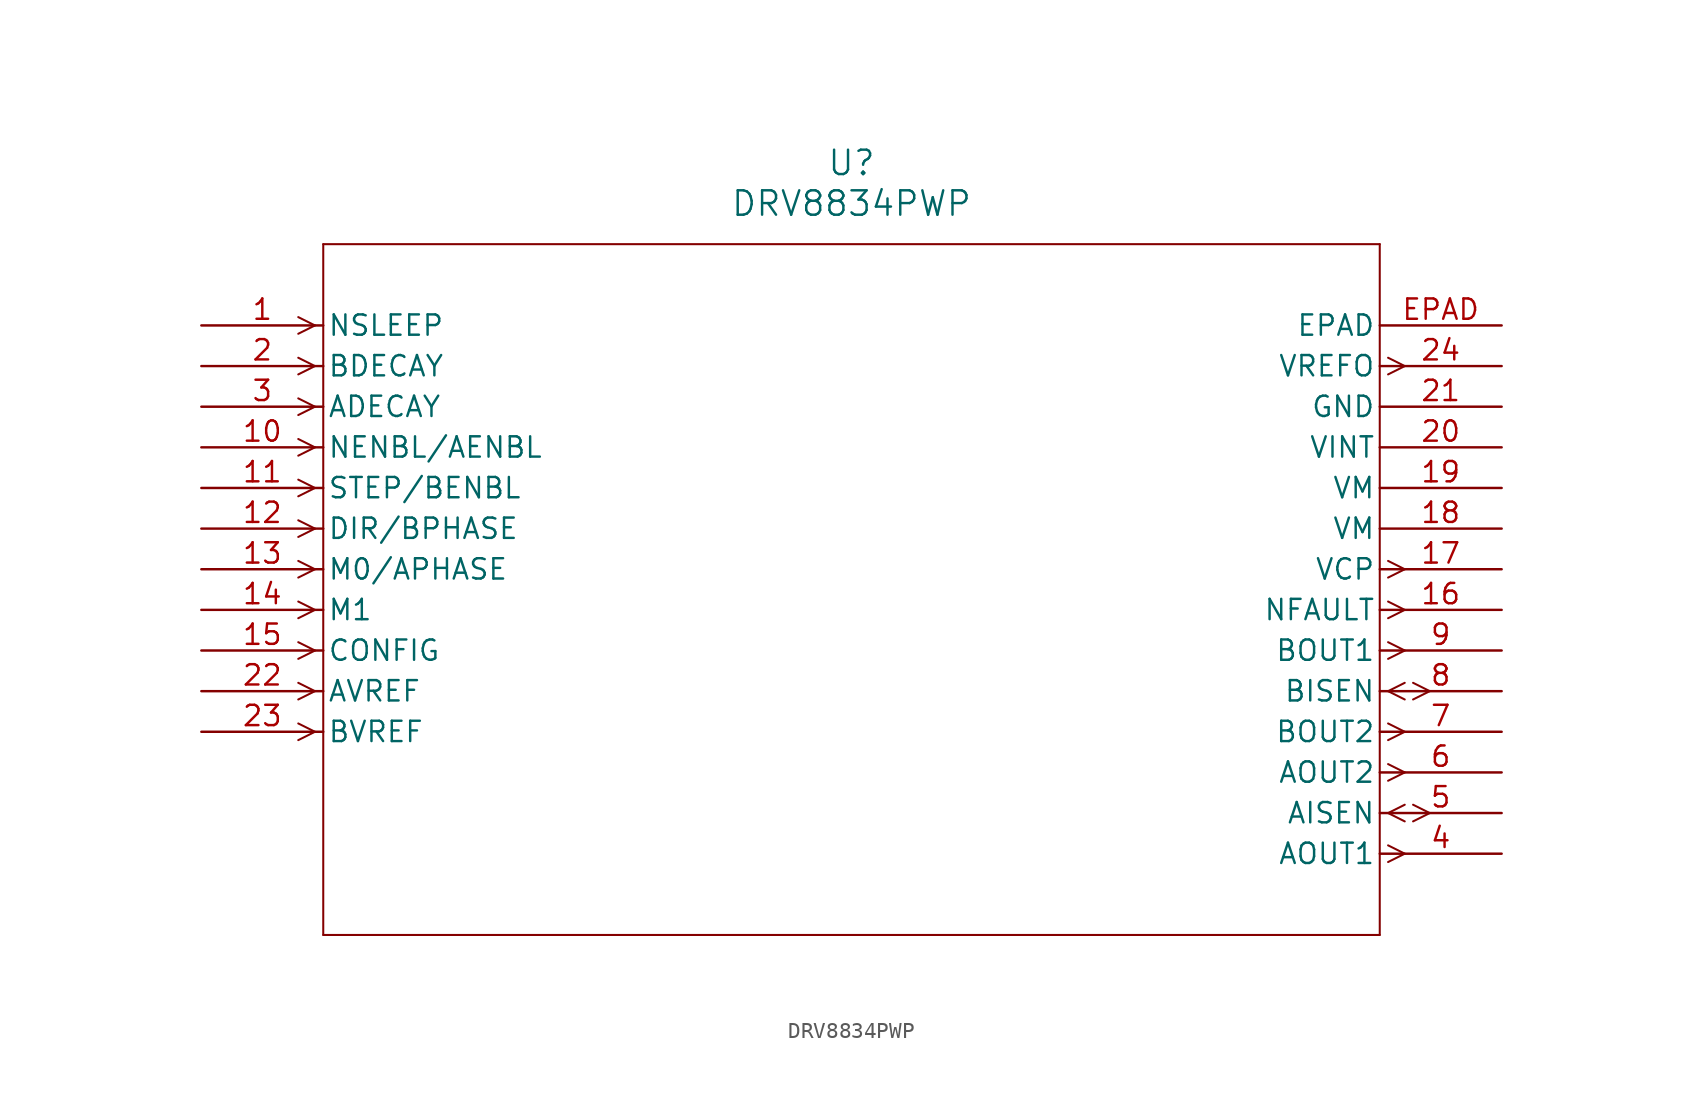
<source format=kicad_sym>
(kicad_symbol_lib
  (version 20211014)
  (generator kicad_symbol_editor)
  (symbol "DRV8834PWP"
    (pin_names
      (offset 0.254))
    (property "Reference" "U"
      (at 40.64 10.16 0)
      (effects (font (size 1.524 1.524))))
    (property "Value" "DRV8834PWP"
      (at 40.64 7.62 0)
      (effects (font (size 1.524 1.524))))
    (symbol "DRV8834PWP_0_1"
      (polyline (pts (xy 7.099 0) (xy 6.058 0.521)) (stroke (width 0.127) (type default) (color 0 0 0 0)) (fill (type none)))
      (polyline (pts (xy 7.099 0) (xy 6.058 -0.521)) (stroke (width 0.127) (type default) (color 0 0 0 0)) (fill (type none)))
      (polyline (pts (xy 7.099 -2.54) (xy 6.058 -2.019)) (stroke (width 0.127) (type default) (color 0 0 0 0)) (fill (type none)))
      (polyline (pts (xy 7.099 -2.54) (xy 6.058 -3.061)) (stroke (width 0.127) (type default) (color 0 0 0 0)) (fill (type none)))
      (polyline (pts (xy 7.099 -5.08) (xy 6.058 -4.559)) (stroke (width 0.127) (type default) (color 0 0 0 0)) (fill (type none)))
      (polyline (pts (xy 7.099 -5.08) (xy 6.058 -5.601)) (stroke (width 0.127) (type default) (color 0 0 0 0)) (fill (type none)))
      (polyline (pts (xy 7.099 -7.62) (xy 6.058 -7.099)) (stroke (width 0.127) (type default) (color 0 0 0 0)) (fill (type none)))
      (polyline (pts (xy 7.099 -7.62) (xy 6.058 -8.141)) (stroke (width 0.127) (type default) (color 0 0 0 0)) (fill (type none)))
      (polyline (pts (xy 7.099 -10.16) (xy 6.058 -9.639)) (stroke (width 0.127) (type default) (color 0 0 0 0)) (fill (type none)))
      (polyline (pts (xy 7.099 -10.16) (xy 6.058 -10.681)) (stroke (width 0.127) (type default) (color 0 0 0 0)) (fill (type none)))
      (polyline (pts (xy 7.099 -12.7) (xy 6.058 -12.179)) (stroke (width 0.127) (type default) (color 0 0 0 0)) (fill (type none)))
      (polyline (pts (xy 7.099 -12.7) (xy 6.058 -13.221)) (stroke (width 0.127) (type default) (color 0 0 0 0)) (fill (type none)))
      (polyline (pts (xy 7.099 -15.24) (xy 6.058 -14.719)) (stroke (width 0.127) (type default) (color 0 0 0 0)) (fill (type none)))
      (polyline (pts (xy 7.099 -15.24) (xy 6.058 -15.761)) (stroke (width 0.127) (type default) (color 0 0 0 0)) (fill (type none)))
      (polyline (pts (xy 7.099 -17.78) (xy 6.058 -17.259)) (stroke (width 0.127) (type default) (color 0 0 0 0)) (fill (type none)))
      (polyline (pts (xy 7.099 -17.78) (xy 6.058 -18.301)) (stroke (width 0.127) (type default) (color 0 0 0 0)) (fill (type none)))
      (polyline (pts (xy 7.099 -20.32) (xy 6.058 -19.799)) (stroke (width 0.127) (type default) (color 0 0 0 0)) (fill (type none)))
      (polyline (pts (xy 7.099 -20.32) (xy 6.058 -20.841)) (stroke (width 0.127) (type default) (color 0 0 0 0)) (fill (type none)))
      (polyline (pts (xy 7.099 -22.86) (xy 6.058 -22.339)) (stroke (width 0.127) (type default) (color 0 0 0 0)) (fill (type none)))
      (polyline (pts (xy 7.099 -22.86) (xy 6.058 -23.381)) (stroke (width 0.127) (type default) (color 0 0 0 0)) (fill (type none)))
      (polyline (pts (xy 7.099 -25.4) (xy 6.058 -24.879)) (stroke (width 0.127) (type default) (color 0 0 0 0)) (fill (type none)))
      (polyline (pts (xy 7.099 -25.4) (xy 6.058 -25.921)) (stroke (width 0.127) (type default) (color 0 0 0 0)) (fill (type none)))
      (polyline (pts (xy 74.181 -32.499) (xy 75.222 -33.02)) (stroke (width 0.127) (type default) (color 0 0 0 0)) (fill (type none)))
      (polyline (pts (xy 74.181 -33.541) (xy 75.222 -33.02)) (stroke (width 0.127) (type default) (color 0 0 0 0)) (fill (type none)))
      (polyline (pts (xy 74.181 -30.48) (xy 75.222 -29.959)) (stroke (width 0.127) (type default) (color 0 0 0 0)) (fill (type none)))
      (polyline (pts (xy 74.181 -30.48) (xy 75.222 -31.001)) (stroke (width 0.127) (type default) (color 0 0 0 0)) (fill (type none)))
      (polyline (pts (xy 75.743 -29.959) (xy 76.784 -30.48)) (stroke (width 0.127) (type default) (color 0 0 0 0)) (fill (type none)))
      (polyline (pts (xy 75.743 -31.001) (xy 76.784 -30.48)) (stroke (width 0.127) (type default) (color 0 0 0 0)) (fill (type none)))
      (polyline (pts (xy 74.181 -27.419) (xy 75.222 -27.94)) (stroke (width 0.127) (type default) (color 0 0 0 0)) (fill (type none)))
      (polyline (pts (xy 74.181 -28.461) (xy 75.222 -27.94)) (stroke (width 0.127) (type default) (color 0 0 0 0)) (fill (type none)))
      (polyline (pts (xy 74.181 -24.879) (xy 75.222 -25.4)) (stroke (width 0.127) (type default) (color 0 0 0 0)) (fill (type none)))
      (polyline (pts (xy 74.181 -25.921) (xy 75.222 -25.4)) (stroke (width 0.127) (type default) (color 0 0 0 0)) (fill (type none)))
      (polyline (pts (xy 74.181 -22.86) (xy 75.222 -22.339)) (stroke (width 0.127) (type default) (color 0 0 0 0)) (fill (type none)))
      (polyline (pts (xy 74.181 -22.86) (xy 75.222 -23.381)) (stroke (width 0.127) (type default) (color 0 0 0 0)) (fill (type none)))
      (polyline (pts (xy 75.743 -22.339) (xy 76.784 -22.86)) (stroke (width 0.127) (type default) (color 0 0 0 0)) (fill (type none)))
      (polyline (pts (xy 75.743 -23.381) (xy 76.784 -22.86)) (stroke (width 0.127) (type default) (color 0 0 0 0)) (fill (type none)))
      (polyline (pts (xy 74.181 -19.799) (xy 75.222 -20.32)) (stroke (width 0.127) (type default) (color 0 0 0 0)) (fill (type none)))
      (polyline (pts (xy 74.181 -20.841) (xy 75.222 -20.32)) (stroke (width 0.127) (type default) (color 0 0 0 0)) (fill (type none)))
      (polyline (pts (xy 74.181 -17.259) (xy 75.222 -17.78)) (stroke (width 0.127) (type default) (color 0 0 0 0)) (fill (type none)))
      (polyline (pts (xy 74.181 -18.301) (xy 75.222 -17.78)) (stroke (width 0.127) (type default) (color 0 0 0 0)) (fill (type none)))
      (polyline (pts (xy 74.181 -14.719) (xy 75.222 -15.24)) (stroke (width 0.127) (type default) (color 0 0 0 0)) (fill (type none)))
      (polyline (pts (xy 74.181 -15.761) (xy 75.222 -15.24)) (stroke (width 0.127) (type default) (color 0 0 0 0)) (fill (type none)))
      (polyline (pts (xy 74.181 -2.019) (xy 75.222 -2.54)) (stroke (width 0.127) (type default) (color 0 0 0 0)) (fill (type none)))
      (polyline (pts (xy 74.181 -3.061) (xy 75.222 -2.54)) (stroke (width 0.127) (type default) (color 0 0 0 0)) (fill (type none)))
      (polyline (pts (xy 7.62 5.08) (xy 7.62 -38.1)) (stroke (width 0.127) (type default) (color 0 0 0 0)) (fill (type none)))
      (polyline (pts (xy 7.62 -38.1) (xy 73.66 -38.1)) (stroke (width 0.127) (type default) (color 0 0 0 0)) (fill (type none)))
      (polyline (pts (xy 73.66 -38.1) (xy 73.66 5.08)) (stroke (width 0.127) (type default) (color 0 0 0 0)) (fill (type none)))
      (polyline (pts (xy 73.66 5.08) (xy 7.62 5.08)) (stroke (width 0.127) (type default) (color 0 0 0 0)) (fill (type none)))
      (pin input line (at 0 0 0) (length 7.62) (name "NSLEEP" (effects (font (size 1.27 1.27)))) (number "1" (effects (font (size 1.27 1.27)))))
      (pin input line (at 0 -2.54 0) (length 7.62) (name "BDECAY" (effects (font (size 1.27 1.27)))) (number "2" (effects (font (size 1.27 1.27)))))
      (pin input line (at 0 -5.08 0) (length 7.62) (name "ADECAY" (effects (font (size 1.27 1.27)))) (number "3" (effects (font (size 1.27 1.27)))))
      (pin output line (at 81.28 -33.02 180) (length 7.62) (name "AOUT1" (effects (font (size 1.27 1.27)))) (number "4" (effects (font (size 1.27 1.27)))))
      (pin bidirectional line (at 81.28 -30.48 180) (length 7.62) (name "AISEN" (effects (font (size 1.27 1.27)))) (number "5" (effects (font (size 1.27 1.27)))))
      (pin output line (at 81.28 -27.94 180) (length 7.62) (name "AOUT2" (effects (font (size 1.27 1.27)))) (number "6" (effects (font (size 1.27 1.27)))))
      (pin output line (at 81.28 -25.4 180) (length 7.62) (name "BOUT2" (effects (font (size 1.27 1.27)))) (number "7" (effects (font (size 1.27 1.27)))))
      (pin bidirectional line (at 81.28 -22.86 180) (length 7.62) (name "BISEN" (effects (font (size 1.27 1.27)))) (number "8" (effects (font (size 1.27 1.27)))))
      (pin output line (at 81.28 -20.32 180) (length 7.62) (name "BOUT1" (effects (font (size 1.27 1.27)))) (number "9" (effects (font (size 1.27 1.27)))))
      (pin input line (at 0 -7.62 0) (length 7.62) (name "NENBL/AENBL" (effects (font (size 1.27 1.27)))) (number "10" (effects (font (size 1.27 1.27)))))
      (pin input line (at 0 -10.16 0) (length 7.62) (name "STEP/BENBL" (effects (font (size 1.27 1.27)))) (number "11" (effects (font (size 1.27 1.27)))))
      (pin input line (at 0 -12.7 0) (length 7.62) (name "DIR/BPHASE" (effects (font (size 1.27 1.27)))) (number "12" (effects (font (size 1.27 1.27)))))
      (pin input line (at 0 -15.24 0) (length 7.62) (name "M0/APHASE" (effects (font (size 1.27 1.27)))) (number "13" (effects (font (size 1.27 1.27)))))
      (pin input line (at 0 -17.78 0) (length 7.62) (name "M1" (effects (font (size 1.27 1.27)))) (number "14" (effects (font (size 1.27 1.27)))))
      (pin input line (at 0 -20.32 0) (length 7.62) (name "CONFIG" (effects (font (size 1.27 1.27)))) (number "15" (effects (font (size 1.27 1.27)))))
      (pin output line (at 81.28 -17.78 180) (length 7.62) (name "NFAULT" (effects (font (size 1.27 1.27)))) (number "16" (effects (font (size 1.27 1.27)))))
      (pin output line (at 81.28 -15.24 180) (length 7.62) (name "VCP" (effects (font (size 1.27 1.27)))) (number "17" (effects (font (size 1.27 1.27)))))
      (pin power_in line (at 81.28 -12.7 180) (length 7.62) (name "VM" (effects (font (size 1.27 1.27)))) (number "18" (effects (font (size 1.27 1.27)))))
      (pin power_in line (at 81.28 -10.16 180) (length 7.62) (name "VM" (effects (font (size 1.27 1.27)))) (number "19" (effects (font (size 1.27 1.27)))))
      (pin unspecified line (at 81.28 -7.62 180) (length 7.62) (name "VINT" (effects (font (size 1.27 1.27)))) (number "20" (effects (font (size 1.27 1.27)))))
      (pin power_in line (at 81.28 -5.08 180) (length 7.62) (name "GND" (effects (font (size 1.27 1.27)))) (number "21" (effects (font (size 1.27 1.27)))))
      (pin input line (at 0 -22.86 0) (length 7.62) (name "AVREF" (effects (font (size 1.27 1.27)))) (number "22" (effects (font (size 1.27 1.27)))))
      (pin input line (at 0 -25.4 0) (length 7.62) (name "BVREF" (effects (font (size 1.27 1.27)))) (number "23" (effects (font (size 1.27 1.27)))))
      (pin output line (at 81.28 -2.54 180) (length 7.62) (name "VREFO" (effects (font (size 1.27 1.27)))) (number "24" (effects (font (size 1.27 1.27)))))
      (pin unspecified line (at 81.28 0 180) (length 7.62) (name "EPAD" (effects (font (size 1.27 1.27)))) (number "EPAD" (effects (font (size 1.27 1.27))))))))
</source>
